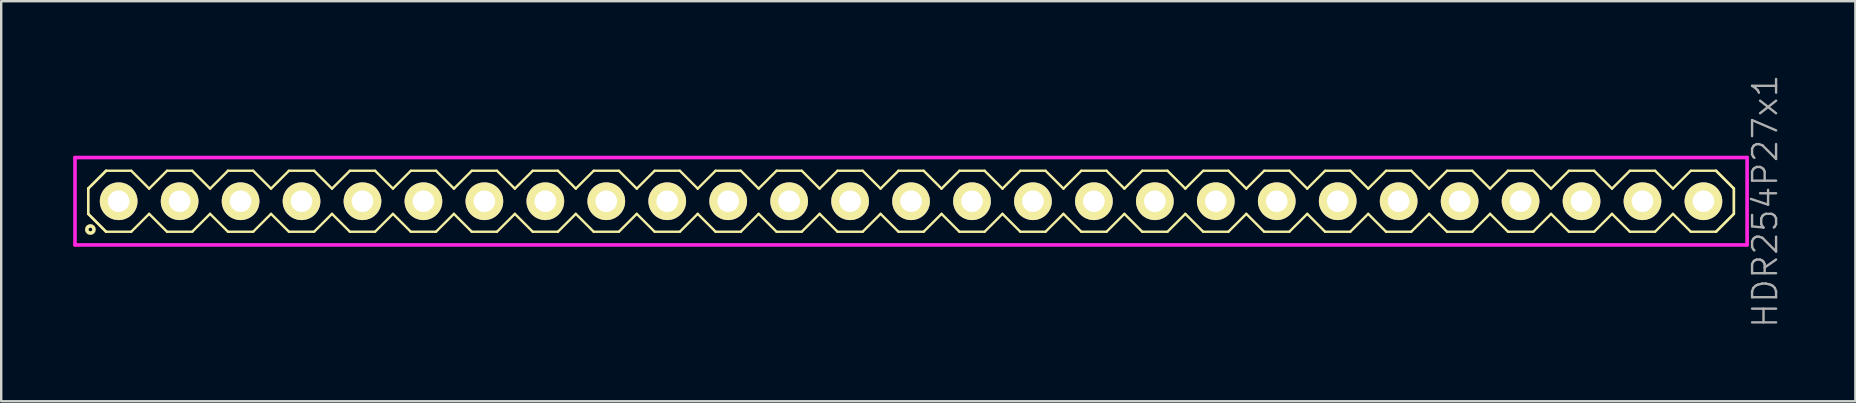
<source format=kicad_pcb>
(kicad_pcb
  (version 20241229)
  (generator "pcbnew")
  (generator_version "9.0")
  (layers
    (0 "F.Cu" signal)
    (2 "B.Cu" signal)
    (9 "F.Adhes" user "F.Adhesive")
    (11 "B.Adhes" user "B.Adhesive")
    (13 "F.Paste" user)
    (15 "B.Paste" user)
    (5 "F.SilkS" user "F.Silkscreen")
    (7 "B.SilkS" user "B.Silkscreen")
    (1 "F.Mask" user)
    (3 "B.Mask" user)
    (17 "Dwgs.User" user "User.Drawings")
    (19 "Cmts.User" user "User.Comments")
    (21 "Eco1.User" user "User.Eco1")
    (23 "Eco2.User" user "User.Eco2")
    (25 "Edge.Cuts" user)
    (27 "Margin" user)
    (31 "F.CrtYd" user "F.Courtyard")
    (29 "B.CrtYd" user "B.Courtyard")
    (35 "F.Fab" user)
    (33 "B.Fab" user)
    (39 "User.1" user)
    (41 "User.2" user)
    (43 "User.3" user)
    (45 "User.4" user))
  (footprint "HDR254P27x1"
    (layer "F.Cu")
    (at 34.915 5.336)
    (property "Reference" "HDR254P27x1" (at 35.59 0 90) (layer "F.Fab") (effects (font (size 1 1) (thickness 0.1))))
    (attr through_hole)
    (fp_line (start -34.29 -0.526) (end -33.546 -1.27) (stroke (width 0.1) (type solid)) (layer "F.SilkS"))
    (fp_line (start -34.29 -0.526) (end -33.546 -1.27) (stroke (width 0.1) (type solid)) (layer "F.SilkS"))
    (fp_line (start -34.29 0.526) (end -34.29 -0.526) (stroke (width 0.1) (type solid)) (layer "F.SilkS"))
    (fp_line (start -34.29 0.526) (end -34.29 -0.526) (stroke (width 0.1) (type solid)) (layer "F.SilkS"))
    (fp_line (start -33.546 -1.27) (end -32.494 -1.27) (stroke (width 0.1) (type solid)) (layer "F.SilkS"))
    (fp_line (start -33.546 1.27) (end -34.29 0.526) (stroke (width 0.1) (type solid)) (layer "F.SilkS"))
    (fp_line (start -33.546 1.27) (end -34.29 0.526) (stroke (width 0.1) (type solid)) (layer "F.SilkS"))
    (fp_line (start -32.494 -1.27) (end -31.75 -0.526) (stroke (width 0.1) (type solid)) (layer "F.SilkS"))
    (fp_line (start -32.494 1.27) (end -33.546 1.27) (stroke (width 0.1) (type solid)) (layer "F.SilkS"))
    (fp_line (start -31.75 -0.526) (end -31.006 -1.27) (stroke (width 0.1) (type solid)) (layer "F.SilkS"))
    (fp_line (start -31.75 0.526) (end -32.494 1.27) (stroke (width 0.1) (type solid)) (layer "F.SilkS"))
    (fp_line (start -31.006 -1.27) (end -29.954 -1.27) (stroke (width 0.1) (type solid)) (layer "F.SilkS"))
    (fp_line (start -31.006 1.27) (end -31.75 0.526) (stroke (width 0.1) (type solid)) (layer "F.SilkS"))
    (fp_line (start -29.954 -1.27) (end -29.21 -0.526) (stroke (width 0.1) (type solid)) (layer "F.SilkS"))
    (fp_line (start -29.954 1.27) (end -31.006 1.27) (stroke (width 0.1) (type solid)) (layer "F.SilkS"))
    (fp_line (start -29.21 -0.526) (end -28.466 -1.27) (stroke (width 0.1) (type solid)) (layer "F.SilkS"))
    (fp_line (start -29.21 0.526) (end -29.954 1.27) (stroke (width 0.1) (type solid)) (layer "F.SilkS"))
    (fp_line (start -28.466 -1.27) (end -27.414 -1.27) (stroke (width 0.1) (type solid)) (layer "F.SilkS"))
    (fp_line (start -28.466 1.27) (end -29.21 0.526) (stroke (width 0.1) (type solid)) (layer "F.SilkS"))
    (fp_line (start -27.414 -1.27) (end -26.67 -0.526) (stroke (width 0.1) (type solid)) (layer "F.SilkS"))
    (fp_line (start -27.414 1.27) (end -28.466 1.27) (stroke (width 0.1) (type solid)) (layer "F.SilkS"))
    (fp_line (start -26.67 -0.526) (end -25.926 -1.27) (stroke (width 0.1) (type solid)) (layer "F.SilkS"))
    (fp_line (start -26.67 0.526) (end -27.414 1.27) (stroke (width 0.1) (type solid)) (layer "F.SilkS"))
    (fp_line (start -25.926 -1.27) (end -24.874 -1.27) (stroke (width 0.1) (type solid)) (layer "F.SilkS"))
    (fp_line (start -25.926 1.27) (end -26.67 0.526) (stroke (width 0.1) (type solid)) (layer "F.SilkS"))
    (fp_line (start -24.874 -1.27) (end -24.13 -0.526) (stroke (width 0.1) (type solid)) (layer "F.SilkS"))
    (fp_line (start -24.874 1.27) (end -25.926 1.27) (stroke (width 0.1) (type solid)) (layer "F.SilkS"))
    (fp_line (start -24.13 -0.526) (end -23.386 -1.27) (stroke (width 0.1) (type solid)) (layer "F.SilkS"))
    (fp_line (start -24.13 0.526) (end -24.874 1.27) (stroke (width 0.1) (type solid)) (layer "F.SilkS"))
    (fp_line (start -23.386 -1.27) (end -22.334 -1.27) (stroke (width 0.1) (type solid)) (layer "F.SilkS"))
    (fp_line (start -23.386 1.27) (end -24.13 0.526) (stroke (width 0.1) (type solid)) (layer "F.SilkS"))
    (fp_line (start -22.334 -1.27) (end -21.59 -0.526) (stroke (width 0.1) (type solid)) (layer "F.SilkS"))
    (fp_line (start -22.334 1.27) (end -23.386 1.27) (stroke (width 0.1) (type solid)) (layer "F.SilkS"))
    (fp_line (start -21.59 -0.526) (end -20.846 -1.27) (stroke (width 0.1) (type solid)) (layer "F.SilkS"))
    (fp_line (start -21.59 0.526) (end -22.334 1.27) (stroke (width 0.1) (type solid)) (layer "F.SilkS"))
    (fp_line (start -20.846 -1.27) (end -19.794 -1.27) (stroke (width 0.1) (type solid)) (layer "F.SilkS"))
    (fp_line (start -20.846 1.27) (end -21.59 0.526) (stroke (width 0.1) (type solid)) (layer "F.SilkS"))
    (fp_line (start -19.794 -1.27) (end -19.05 -0.526) (stroke (width 0.1) (type solid)) (layer "F.SilkS"))
    (fp_line (start -19.794 1.27) (end -20.846 1.27) (stroke (width 0.1) (type solid)) (layer "F.SilkS"))
    (fp_line (start -19.05 -0.526) (end -18.306 -1.27) (stroke (width 0.1) (type solid)) (layer "F.SilkS"))
    (fp_line (start -19.05 0.526) (end -19.794 1.27) (stroke (width 0.1) (type solid)) (layer "F.SilkS"))
    (fp_line (start -18.306 -1.27) (end -17.254 -1.27) (stroke (width 0.1) (type solid)) (layer "F.SilkS"))
    (fp_line (start -18.306 1.27) (end -19.05 0.526) (stroke (width 0.1) (type solid)) (layer "F.SilkS"))
    (fp_line (start -17.254 -1.27) (end -16.51 -0.526) (stroke (width 0.1) (type solid)) (layer "F.SilkS"))
    (fp_line (start -17.254 1.27) (end -18.306 1.27) (stroke (width 0.1) (type solid)) (layer "F.SilkS"))
    (fp_line (start -16.51 -0.526) (end -15.766 -1.27) (stroke (width 0.1) (type solid)) (layer "F.SilkS"))
    (fp_line (start -16.51 0.526) (end -17.254 1.27) (stroke (width 0.1) (type solid)) (layer "F.SilkS"))
    (fp_line (start -15.766 -1.27) (end -14.714 -1.27) (stroke (width 0.1) (type solid)) (layer "F.SilkS"))
    (fp_line (start -15.766 1.27) (end -16.51 0.526) (stroke (width 0.1) (type solid)) (layer "F.SilkS"))
    (fp_line (start -14.714 -1.27) (end -13.97 -0.526) (stroke (width 0.1) (type solid)) (layer "F.SilkS"))
    (fp_line (start -14.714 1.27) (end -15.766 1.27) (stroke (width 0.1) (type solid)) (layer "F.SilkS"))
    (fp_line (start -13.97 -0.526) (end -13.226 -1.27) (stroke (width 0.1) (type solid)) (layer "F.SilkS"))
    (fp_line (start -13.97 0.526) (end -14.714 1.27) (stroke (width 0.1) (type solid)) (layer "F.SilkS"))
    (fp_line (start -13.226 -1.27) (end -12.174 -1.27) (stroke (width 0.1) (type solid)) (layer "F.SilkS"))
    (fp_line (start -13.226 1.27) (end -13.97 0.526) (stroke (width 0.1) (type solid)) (layer "F.SilkS"))
    (fp_line (start -12.174 -1.27) (end -11.43 -0.526) (stroke (width 0.1) (type solid)) (layer "F.SilkS"))
    (fp_line (start -12.174 1.27) (end -13.226 1.27) (stroke (width 0.1) (type solid)) (layer "F.SilkS"))
    (fp_line (start -11.43 -0.526) (end -10.686 -1.27) (stroke (width 0.1) (type solid)) (layer "F.SilkS"))
    (fp_line (start -11.43 0.526) (end -12.174 1.27) (stroke (width 0.1) (type solid)) (layer "F.SilkS"))
    (fp_line (start -10.686 -1.27) (end -9.634 -1.27) (stroke (width 0.1) (type solid)) (layer "F.SilkS"))
    (fp_line (start -10.686 1.27) (end -11.43 0.526) (stroke (width 0.1) (type solid)) (layer "F.SilkS"))
    (fp_line (start -9.634 -1.27) (end -8.89 -0.526) (stroke (width 0.1) (type solid)) (layer "F.SilkS"))
    (fp_line (start -9.634 1.27) (end -10.686 1.27) (stroke (width 0.1) (type solid)) (layer "F.SilkS"))
    (fp_line (start -8.89 -0.526) (end -8.146 -1.27) (stroke (width 0.1) (type solid)) (layer "F.SilkS"))
    (fp_line (start -8.89 0.526) (end -9.634 1.27) (stroke (width 0.1) (type solid)) (layer "F.SilkS"))
    (fp_line (start -8.146 -1.27) (end -7.094 -1.27) (stroke (width 0.1) (type solid)) (layer "F.SilkS"))
    (fp_line (start -8.146 1.27) (end -8.89 0.526) (stroke (width 0.1) (type solid)) (layer "F.SilkS"))
    (fp_line (start -7.094 -1.27) (end -6.35 -0.526) (stroke (width 0.1) (type solid)) (layer "F.SilkS"))
    (fp_line (start -7.094 1.27) (end -8.146 1.27) (stroke (width 0.1) (type solid)) (layer "F.SilkS"))
    (fp_line (start -6.35 -0.526) (end -5.606 -1.27) (stroke (width 0.1) (type solid)) (layer "F.SilkS"))
    (fp_line (start -6.35 0.526) (end -7.094 1.27) (stroke (width 0.1) (type solid)) (layer "F.SilkS"))
    (fp_line (start -5.606 -1.27) (end -4.554 -1.27) (stroke (width 0.1) (type solid)) (layer "F.SilkS"))
    (fp_line (start -5.606 1.27) (end -6.35 0.526) (stroke (width 0.1) (type solid)) (layer "F.SilkS"))
    (fp_line (start -4.554 -1.27) (end -3.81 -0.526) (stroke (width 0.1) (type solid)) (layer "F.SilkS"))
    (fp_line (start -4.554 1.27) (end -5.606 1.27) (stroke (width 0.1) (type solid)) (layer "F.SilkS"))
    (fp_line (start -3.81 -0.526) (end -3.066 -1.27) (stroke (width 0.1) (type solid)) (layer "F.SilkS"))
    (fp_line (start -3.81 0.526) (end -4.554 1.27) (stroke (width 0.1) (type solid)) (layer "F.SilkS"))
    (fp_line (start -3.066 -1.27) (end -2.014 -1.27) (stroke (width 0.1) (type solid)) (layer "F.SilkS"))
    (fp_line (start -3.066 1.27) (end -3.81 0.526) (stroke (width 0.1) (type solid)) (layer "F.SilkS"))
    (fp_line (start -2.014 -1.27) (end -1.27 -0.526) (stroke (width 0.1) (type solid)) (layer "F.SilkS"))
    (fp_line (start -2.014 1.27) (end -3.066 1.27) (stroke (width 0.1) (type solid)) (layer "F.SilkS"))
    (fp_line (start -1.27 -0.526) (end -0.526 -1.27) (stroke (width 0.1) (type solid)) (layer "F.SilkS"))
    (fp_line (start -1.27 0.526) (end -2.014 1.27) (stroke (width 0.1) (type solid)) (layer "F.SilkS"))
    (fp_line (start -0.526 -1.27) (end 0.526 -1.27) (stroke (width 0.1) (type solid)) (layer "F.SilkS"))
    (fp_line (start -0.526 1.27) (end -1.27 0.526) (stroke (width 0.1) (type solid)) (layer "F.SilkS"))
    (fp_line (start 0.526 -1.27) (end 1.27 -0.526) (stroke (width 0.1) (type solid)) (layer "F.SilkS"))
    (fp_line (start 0.526 1.27) (end -0.526 1.27) (stroke (width 0.1) (type solid)) (layer "F.SilkS"))
    (fp_line (start 1.27 -0.526) (end 2.014 -1.27) (stroke (width 0.1) (type solid)) (layer "F.SilkS"))
    (fp_line (start 1.27 0.526) (end 0.526 1.27) (stroke (width 0.1) (type solid)) (layer "F.SilkS"))
    (fp_line (start 2.014 -1.27) (end 3.066 -1.27) (stroke (width 0.1) (type solid)) (layer "F.SilkS"))
    (fp_line (start 2.014 1.27) (end 1.27 0.526) (stroke (width 0.1) (type solid)) (layer "F.SilkS"))
    (fp_line (start 3.066 -1.27) (end 3.81 -0.526) (stroke (width 0.1) (type solid)) (layer "F.SilkS"))
    (fp_line (start 3.066 1.27) (end 2.014 1.27) (stroke (width 0.1) (type solid)) (layer "F.SilkS"))
    (fp_line (start 3.81 -0.526) (end 4.554 -1.27) (stroke (width 0.1) (type solid)) (layer "F.SilkS"))
    (fp_line (start 3.81 0.526) (end 3.066 1.27) (stroke (width 0.1) (type solid)) (layer "F.SilkS"))
    (fp_line (start 4.554 -1.27) (end 5.606 -1.27) (stroke (width 0.1) (type solid)) (layer "F.SilkS"))
    (fp_line (start 4.554 1.27) (end 3.81 0.526) (stroke (width 0.1) (type solid)) (layer "F.SilkS"))
    (fp_line (start 5.606 -1.27) (end 6.35 -0.526) (stroke (width 0.1) (type solid)) (layer "F.SilkS"))
    (fp_line (start 5.606 1.27) (end 4.554 1.27) (stroke (width 0.1) (type solid)) (layer "F.SilkS"))
    (fp_line (start 6.35 -0.526) (end 7.094 -1.27) (stroke (width 0.1) (type solid)) (layer "F.SilkS"))
    (fp_line (start 6.35 0.526) (end 5.606 1.27) (stroke (width 0.1) (type solid)) (layer "F.SilkS"))
    (fp_line (start 7.094 -1.27) (end 8.146 -1.27) (stroke (width 0.1) (type solid)) (layer "F.SilkS"))
    (fp_line (start 7.094 1.27) (end 6.35 0.526) (stroke (width 0.1) (type solid)) (layer "F.SilkS"))
    (fp_line (start 8.146 -1.27) (end 8.89 -0.526) (stroke (width 0.1) (type solid)) (layer "F.SilkS"))
    (fp_line (start 8.146 1.27) (end 7.094 1.27) (stroke (width 0.1) (type solid)) (layer "F.SilkS"))
    (fp_line (start 8.89 -0.526) (end 9.634 -1.27) (stroke (width 0.1) (type solid)) (layer "F.SilkS"))
    (fp_line (start 8.89 0.526) (end 8.146 1.27) (stroke (width 0.1) (type solid)) (layer "F.SilkS"))
    (fp_line (start 9.634 -1.27) (end 10.686 -1.27) (stroke (width 0.1) (type solid)) (layer "F.SilkS"))
    (fp_line (start 9.634 1.27) (end 8.89 0.526) (stroke (width 0.1) (type solid)) (layer "F.SilkS"))
    (fp_line (start 10.686 -1.27) (end 11.43 -0.526) (stroke (width 0.1) (type solid)) (layer "F.SilkS"))
    (fp_line (start 10.686 1.27) (end 9.634 1.27) (stroke (width 0.1) (type solid)) (layer "F.SilkS"))
    (fp_line (start 11.43 -0.526) (end 12.174 -1.27) (stroke (width 0.1) (type solid)) (layer "F.SilkS"))
    (fp_line (start 11.43 0.526) (end 10.686 1.27) (stroke (width 0.1) (type solid)) (layer "F.SilkS"))
    (fp_line (start 12.174 -1.27) (end 13.226 -1.27) (stroke (width 0.1) (type solid)) (layer "F.SilkS"))
    (fp_line (start 12.174 1.27) (end 11.43 0.526) (stroke (width 0.1) (type solid)) (layer "F.SilkS"))
    (fp_line (start 13.226 -1.27) (end 13.97 -0.526) (stroke (width 0.1) (type solid)) (layer "F.SilkS"))
    (fp_line (start 13.226 1.27) (end 12.174 1.27) (stroke (width 0.1) (type solid)) (layer "F.SilkS"))
    (fp_line (start 13.97 -0.526) (end 14.714 -1.27) (stroke (width 0.1) (type solid)) (layer "F.SilkS"))
    (fp_line (start 13.97 0.526) (end 13.226 1.27) (stroke (width 0.1) (type solid)) (layer "F.SilkS"))
    (fp_line (start 14.714 -1.27) (end 15.766 -1.27) (stroke (width 0.1) (type solid)) (layer "F.SilkS"))
    (fp_line (start 14.714 1.27) (end 13.97 0.526) (stroke (width 0.1) (type solid)) (layer "F.SilkS"))
    (fp_line (start 15.766 -1.27) (end 16.51 -0.526) (stroke (width 0.1) (type solid)) (layer "F.SilkS"))
    (fp_line (start 15.766 1.27) (end 14.714 1.27) (stroke (width 0.1) (type solid)) (layer "F.SilkS"))
    (fp_line (start 16.51 -0.526) (end 17.254 -1.27) (stroke (width 0.1) (type solid)) (layer "F.SilkS"))
    (fp_line (start 16.51 0.526) (end 15.766 1.27) (stroke (width 0.1) (type solid)) (layer "F.SilkS"))
    (fp_line (start 17.254 -1.27) (end 18.306 -1.27) (stroke (width 0.1) (type solid)) (layer "F.SilkS"))
    (fp_line (start 17.254 1.27) (end 16.51 0.526) (stroke (width 0.1) (type solid)) (layer "F.SilkS"))
    (fp_line (start 18.306 -1.27) (end 19.05 -0.526) (stroke (width 0.1) (type solid)) (layer "F.SilkS"))
    (fp_line (start 18.306 1.27) (end 17.254 1.27) (stroke (width 0.1) (type solid)) (layer "F.SilkS"))
    (fp_line (start 19.05 -0.526) (end 19.794 -1.27) (stroke (width 0.1) (type solid)) (layer "F.SilkS"))
    (fp_line (start 19.05 0.526) (end 18.306 1.27) (stroke (width 0.1) (type solid)) (layer "F.SilkS"))
    (fp_line (start 19.794 -1.27) (end 20.846 -1.27) (stroke (width 0.1) (type solid)) (layer "F.SilkS"))
    (fp_line (start 19.794 1.27) (end 19.05 0.526) (stroke (width 0.1) (type solid)) (layer "F.SilkS"))
    (fp_line (start 20.846 -1.27) (end 21.59 -0.526) (stroke (width 0.1) (type solid)) (layer "F.SilkS"))
    (fp_line (start 20.846 1.27) (end 19.794 1.27) (stroke (width 0.1) (type solid)) (layer "F.SilkS"))
    (fp_line (start 21.59 -0.526) (end 22.334 -1.27) (stroke (width 0.1) (type solid)) (layer "F.SilkS"))
    (fp_line (start 21.59 0.526) (end 20.846 1.27) (stroke (width 0.1) (type solid)) (layer "F.SilkS"))
    (fp_line (start 22.334 -1.27) (end 23.386 -1.27) (stroke (width 0.1) (type solid)) (layer "F.SilkS"))
    (fp_line (start 22.334 1.27) (end 21.59 0.526) (stroke (width 0.1) (type solid)) (layer "F.SilkS"))
    (fp_line (start 23.386 -1.27) (end 24.13 -0.526) (stroke (width 0.1) (type solid)) (layer "F.SilkS"))
    (fp_line (start 23.386 1.27) (end 22.334 1.27) (stroke (width 0.1) (type solid)) (layer "F.SilkS"))
    (fp_line (start 24.13 -0.526) (end 24.874 -1.27) (stroke (width 0.1) (type solid)) (layer "F.SilkS"))
    (fp_line (start 24.13 0.526) (end 23.386 1.27) (stroke (width 0.1) (type solid)) (layer "F.SilkS"))
    (fp_line (start 24.874 -1.27) (end 25.926 -1.27) (stroke (width 0.1) (type solid)) (layer "F.SilkS"))
    (fp_line (start 24.874 1.27) (end 24.13 0.526) (stroke (width 0.1) (type solid)) (layer "F.SilkS"))
    (fp_line (start 25.926 -1.27) (end 26.67 -0.526) (stroke (width 0.1) (type solid)) (layer "F.SilkS"))
    (fp_line (start 25.926 1.27) (end 24.874 1.27) (stroke (width 0.1) (type solid)) (layer "F.SilkS"))
    (fp_line (start 26.67 -0.526) (end 27.414 -1.27) (stroke (width 0.1) (type solid)) (layer "F.SilkS"))
    (fp_line (start 26.67 0.526) (end 25.926 1.27) (stroke (width 0.1) (type solid)) (layer "F.SilkS"))
    (fp_line (start 27.414 -1.27) (end 28.466 -1.27) (stroke (width 0.1) (type solid)) (layer "F.SilkS"))
    (fp_line (start 27.414 1.27) (end 26.67 0.526) (stroke (width 0.1) (type solid)) (layer "F.SilkS"))
    (fp_line (start 28.466 -1.27) (end 29.21 -0.526) (stroke (width 0.1) (type solid)) (layer "F.SilkS"))
    (fp_line (start 28.466 1.27) (end 27.414 1.27) (stroke (width 0.1) (type solid)) (layer "F.SilkS"))
    (fp_line (start 29.21 -0.526) (end 29.954 -1.27) (stroke (width 0.1) (type solid)) (layer "F.SilkS"))
    (fp_line (start 29.21 0.526) (end 28.466 1.27) (stroke (width 0.1) (type solid)) (layer "F.SilkS"))
    (fp_line (start 29.954 -1.27) (end 31.006 -1.27) (stroke (width 0.1) (type solid)) (layer "F.SilkS"))
    (fp_line (start 29.954 1.27) (end 29.21 0.526) (stroke (width 0.1) (type solid)) (layer "F.SilkS"))
    (fp_line (start 31.006 -1.27) (end 31.75 -0.526) (stroke (width 0.1) (type solid)) (layer "F.SilkS"))
    (fp_line (start 31.006 1.27) (end 29.954 1.27) (stroke (width 0.1) (type solid)) (layer "F.SilkS"))
    (fp_line (start 31.75 -0.526) (end 32.494 -1.27) (stroke (width 0.1) (type solid)) (layer "F.SilkS"))
    (fp_line (start 31.75 0.526) (end 31.006 1.27) (stroke (width 0.1) (type solid)) (layer "F.SilkS"))
    (fp_line (start 32.494 -1.27) (end 33.546 -1.27) (stroke (width 0.1) (type solid)) (layer "F.SilkS"))
    (fp_line (start 32.494 1.27) (end 31.75 0.526) (stroke (width 0.1) (type solid)) (layer "F.SilkS"))
    (fp_line (start 33.546 -1.27) (end 34.29 -0.526) (stroke (width 0.1) (type solid)) (layer "F.SilkS"))
    (fp_line (start 33.546 -1.27) (end 34.29 -0.526) (stroke (width 0.1) (type solid)) (layer "F.SilkS"))
    (fp_line (start 33.546 1.27) (end 32.494 1.27) (stroke (width 0.1) (type solid)) (layer "F.SilkS"))
    (fp_line (start 34.29 -0.526) (end 34.29 0.526) (stroke (width 0.1) (type solid)) (layer "F.SilkS"))
    (fp_line (start 34.29 -0.526) (end 34.29 0.526) (stroke (width 0.1) (type solid)) (layer "F.SilkS"))
    (fp_line (start 34.29 0.526) (end 33.546 1.27) (stroke (width 0.1) (type solid)) (layer "F.SilkS"))
    (fp_line (start 34.29 0.526) (end 33.546 1.27) (stroke (width 0.1) (type solid)) (layer "F.SilkS"))
    (fp_circle (center -34.198 1.178) (end -34.048 1.178) (stroke (width 0.15) (type solid)) (fill no) (layer "F.SilkS"))
    (fp_line (start -34.84 -1.82) (end -34.84 1.82) (stroke (width 0.15) (type solid)) (layer "F.CrtYd"))
    (fp_line (start -34.84 1.82) (end 34.84 1.82) (stroke (width 0.15) (type solid)) (layer "F.CrtYd"))
    (fp_line (start 34.84 -1.82) (end -34.84 -1.82) (stroke (width 0.15) (type solid)) (layer "F.CrtYd"))
    (fp_line (start 34.84 1.82) (end 34.84 -1.82) (stroke (width 0.15) (type solid)) (layer "F.CrtYd"))
    (pad "1" thru_hole oval (at -33.02 0) (size 1.57 1.57) (drill 0.9) (layers "*.Cu" "*.Mask" "F.SilkS"))
    (pad "2" thru_hole oval (at -30.48 0) (size 1.57 1.57) (drill 0.9) (layers "*.Cu" "*.Mask" "F.SilkS"))
    (pad "3" thru_hole oval (at -27.94 0) (size 1.57 1.57) (drill 0.9) (layers "*.Cu" "*.Mask" "F.SilkS"))
    (pad "4" thru_hole oval (at -25.4 0) (size 1.57 1.57) (drill 0.9) (layers "*.Cu" "*.Mask" "F.SilkS"))
    (pad "5" thru_hole oval (at -22.86 0) (size 1.57 1.57) (drill 0.9) (layers "*.Cu" "*.Mask" "F.SilkS"))
    (pad "6" thru_hole oval (at -20.32 0) (size 1.57 1.57) (drill 0.9) (layers "*.Cu" "*.Mask" "F.SilkS"))
    (pad "7" thru_hole oval (at -17.78 0) (size 1.57 1.57) (drill 0.9) (layers "*.Cu" "*.Mask" "F.SilkS"))
    (pad "8" thru_hole oval (at -15.24 0) (size 1.57 1.57) (drill 0.9) (layers "*.Cu" "*.Mask" "F.SilkS"))
    (pad "9" thru_hole oval (at -12.7 0) (size 1.57 1.57) (drill 0.9) (layers "*.Cu" "*.Mask" "F.SilkS"))
    (pad "10" thru_hole oval (at -10.16 0) (size 1.57 1.57) (drill 0.9) (layers "*.Cu" "*.Mask" "F.SilkS"))
    (pad "11" thru_hole oval (at -7.62 0) (size 1.57 1.57) (drill 0.9) (layers "*.Cu" "*.Mask" "F.SilkS"))
    (pad "12" thru_hole oval (at -5.08 0) (size 1.57 1.57) (drill 0.9) (layers "*.Cu" "*.Mask" "F.SilkS"))
    (pad "13" thru_hole oval (at -2.54 0) (size 1.57 1.57) (drill 0.9) (layers "*.Cu" "*.Mask" "F.SilkS"))
    (pad "14" thru_hole oval (at 0 0) (size 1.57 1.57) (drill 0.9) (layers "*.Cu" "*.Mask" "F.SilkS"))
    (pad "15" thru_hole oval (at 2.54 0) (size 1.57 1.57) (drill 0.9) (layers "*.Cu" "*.Mask" "F.SilkS"))
    (pad "16" thru_hole oval (at 5.08 0) (size 1.57 1.57) (drill 0.9) (layers "*.Cu" "*.Mask" "F.SilkS"))
    (pad "17" thru_hole oval (at 7.62 0) (size 1.57 1.57) (drill 0.9) (layers "*.Cu" "*.Mask" "F.SilkS"))
    (pad "18" thru_hole oval (at 10.16 0) (size 1.57 1.57) (drill 0.9) (layers "*.Cu" "*.Mask" "F.SilkS"))
    (pad "19" thru_hole oval (at 12.7 0) (size 1.57 1.57) (drill 0.9) (layers "*.Cu" "*.Mask" "F.SilkS"))
    (pad "20" thru_hole oval (at 15.24 0) (size 1.57 1.57) (drill 0.9) (layers "*.Cu" "*.Mask" "F.SilkS"))
    (pad "21" thru_hole oval (at 17.78 0) (size 1.57 1.57) (drill 0.9) (layers "*.Cu" "*.Mask" "F.SilkS"))
    (pad "22" thru_hole oval (at 20.32 0) (size 1.57 1.57) (drill 0.9) (layers "*.Cu" "*.Mask" "F.SilkS"))
    (pad "23" thru_hole oval (at 22.86 0) (size 1.57 1.57) (drill 0.9) (layers "*.Cu" "*.Mask" "F.SilkS"))
    (pad "24" thru_hole oval (at 25.4 0) (size 1.57 1.57) (drill 0.9) (layers "*.Cu" "*.Mask" "F.SilkS"))
    (pad "25" thru_hole oval (at 27.94 0) (size 1.57 1.57) (drill 0.9) (layers "*.Cu" "*.Mask" "F.SilkS"))
    (pad "26" thru_hole oval (at 30.48 0) (size 1.57 1.57) (drill 0.9) (layers "*.Cu" "*.Mask" "F.SilkS"))
    (pad "27" thru_hole oval (at 33.02 0) (size 1.57 1.57) (drill 0.9) (layers "*.Cu" "*.Mask" "F.SilkS")))
  (gr_rect
    (start -3 -3)
    (end 74.266 13.671)
    (stroke (width 0.1) (type default))
    (fill no)
    (layer "Edge.Cuts")))
</source>
